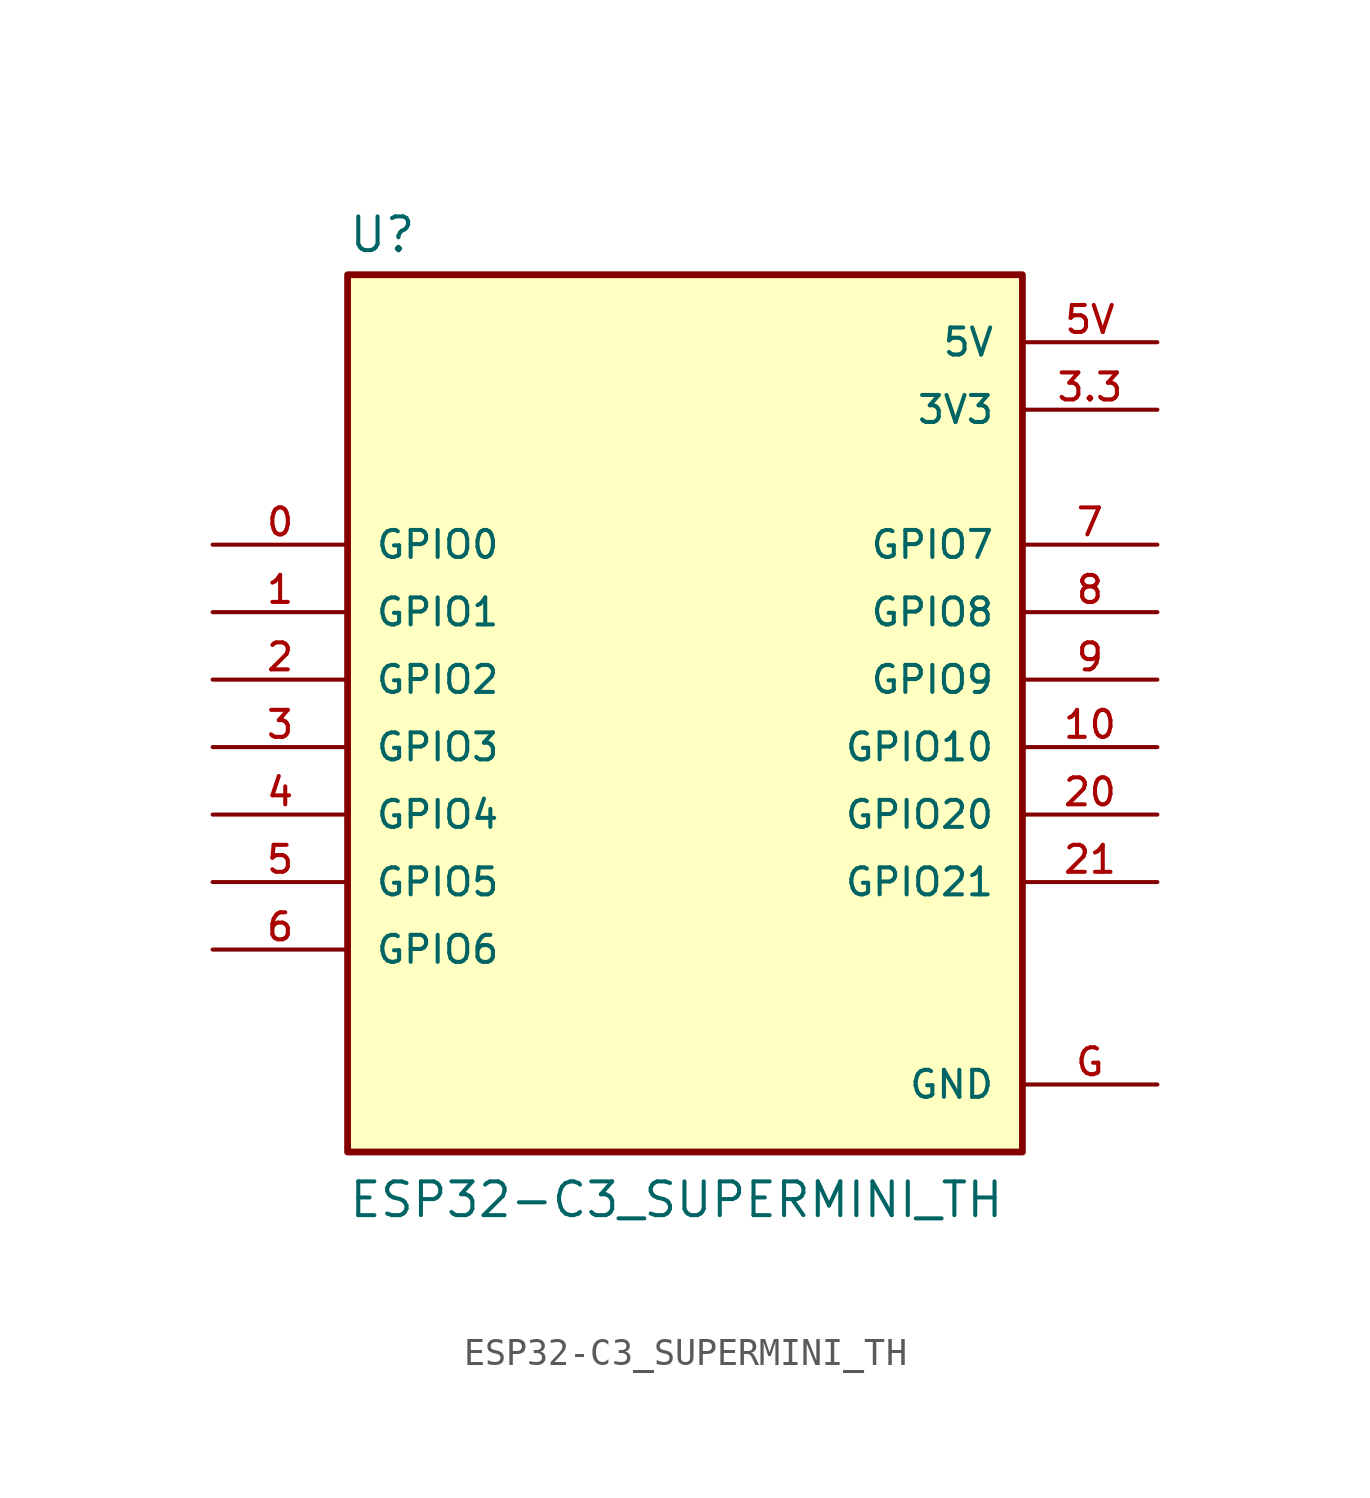
<source format=kicad_sym>
(kicad_symbol_lib
  (version 20241209)
  (generator "kicad_symbol_editor")
  (generator_version "9.0")
  (symbol "ESP32-C3_SUPERMINI_TH"
    (pin_names
      (offset 1.016))
    (property "Reference" "U"
      (at -12.7 16.002 0)
      (effects (font (size 1.27 1.27)) (justify left bottom)))
    (property "Value" "ESP32-C3_SUPERMINI_TH"
      (at -12.7 -20.32 0)
      (effects (font (size 1.27 1.27)) (justify left bottom)))
    (symbol "ESP32-C3_SUPERMINI_TH_0_0"
      (rectangle (start -12.7 -17.78) (end 12.7 15.24) (stroke (width 0.254) (type default)) (fill (type background)))
      (pin bidirectional line (at -17.78 5.08 0) (length 5.08) (name "GPIO0" (effects (font (size 1.016 1.016)))) (number "0" (effects (font (size 1.016 1.016)))))
      (pin bidirectional line (at -17.78 2.54 0) (length 5.08) (name "GPIO1" (effects (font (size 1.016 1.016)))) (number "1" (effects (font (size 1.016 1.016)))))
      (pin bidirectional line (at -17.78 0 0) (length 5.08) (name "GPIO2" (effects (font (size 1.016 1.016)))) (number "2" (effects (font (size 1.016 1.016)))))
      (pin bidirectional line (at -17.78 -2.54 0) (length 5.08) (name "GPIO3" (effects (font (size 1.016 1.016)))) (number "3" (effects (font (size 1.016 1.016)))))
      (pin bidirectional line (at -17.78 -5.08 0) (length 5.08) (name "GPIO4" (effects (font (size 1.016 1.016)))) (number "4" (effects (font (size 1.016 1.016)))))
      (pin bidirectional line (at -17.78 -7.62 0) (length 5.08) (name "GPIO5" (effects (font (size 1.016 1.016)))) (number "5" (effects (font (size 1.016 1.016)))))
      (pin bidirectional line (at -17.78 -10.16 0) (length 5.08) (name "GPIO6" (effects (font (size 1.016 1.016)))) (number "6" (effects (font (size 1.016 1.016)))))
      (pin power_in line (at 17.78 12.7 180) (length 5.08) (name "5V" (effects (font (size 1.016 1.016)))) (number "5V" (effects (font (size 1.016 1.016)))))
      (pin power_in line (at 17.78 10.16 180) (length 5.08) (name "3V3" (effects (font (size 1.016 1.016)))) (number "3.3" (effects (font (size 1.016 1.016)))))
      (pin bidirectional line (at 17.78 5.08 180) (length 5.08) (name "GPIO7" (effects (font (size 1.016 1.016)))) (number "7" (effects (font (size 1.016 1.016)))))
      (pin bidirectional line (at 17.78 2.54 180) (length 5.08) (name "GPIO8" (effects (font (size 1.016 1.016)))) (number "8" (effects (font (size 1.016 1.016)))))
      (pin bidirectional line (at 17.78 0 180) (length 5.08) (name "GPIO9" (effects (font (size 1.016 1.016)))) (number "9" (effects (font (size 1.016 1.016)))))
      (pin bidirectional line (at 17.78 -2.54 180) (length 5.08) (name "GPIO10" (effects (font (size 1.016 1.016)))) (number "10" (effects (font (size 1.016 1.016)))))
      (pin bidirectional line (at 17.78 -5.08 180) (length 5.08) (name "GPIO20" (effects (font (size 1.016 1.016)))) (number "20" (effects (font (size 1.016 1.016)))))
      (pin bidirectional line (at 17.78 -7.62 180) (length 5.08) (name "GPIO21" (effects (font (size 1.016 1.016)))) (number "21" (effects (font (size 1.016 1.016)))))
      (pin power_in line (at 17.78 -15.24 180) (length 5.08) (name "GND" (effects (font (size 1.016 1.016)))) (number "G" (effects (font (size 1.016 1.016))))))))
</source>
